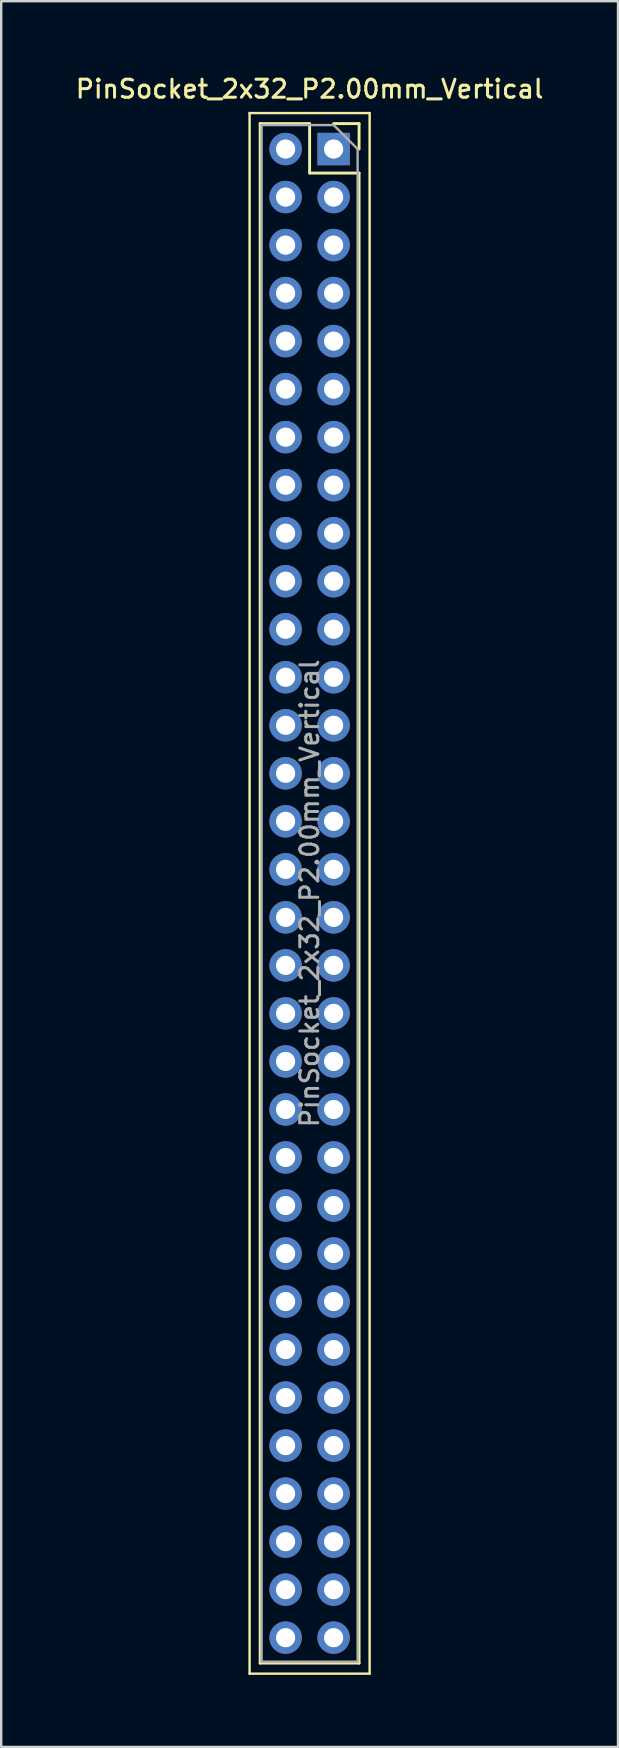
<source format=kicad_pcb>
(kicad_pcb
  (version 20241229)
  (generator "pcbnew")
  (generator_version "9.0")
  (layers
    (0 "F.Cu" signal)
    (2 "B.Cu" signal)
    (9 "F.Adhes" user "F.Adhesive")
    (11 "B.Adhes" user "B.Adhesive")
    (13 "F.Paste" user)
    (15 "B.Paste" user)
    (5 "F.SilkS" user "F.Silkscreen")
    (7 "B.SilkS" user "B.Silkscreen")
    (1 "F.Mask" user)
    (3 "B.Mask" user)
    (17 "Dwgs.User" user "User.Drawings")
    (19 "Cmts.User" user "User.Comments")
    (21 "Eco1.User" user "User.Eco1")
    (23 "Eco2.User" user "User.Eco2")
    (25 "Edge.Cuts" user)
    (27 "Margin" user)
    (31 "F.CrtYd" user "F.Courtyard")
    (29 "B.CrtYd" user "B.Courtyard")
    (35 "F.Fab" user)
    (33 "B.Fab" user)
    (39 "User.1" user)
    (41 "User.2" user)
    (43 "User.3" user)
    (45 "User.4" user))
  (footprint "PinSocket_2x32_P2.00mm_Vertical"
    (layer "F.Cu")
    (at 10.845 3.158)
    (property "Reference" "PinSocket_2x32_P2.00mm_Vertical" (at -1 -2.5 0) (layer "F.SilkS") (effects (font (size 0.75 0.75) (thickness 0.125))))
    (attr through_hole)
    (fp_line (start -3.5 -1.5) (end 1.5 -1.5) (stroke (width 0.1) (type solid)) (layer "F.SilkS"))
    (fp_line (start -3.5 63.5) (end -3.5 -1.5) (stroke (width 0.1) (type solid)) (layer "F.SilkS"))
    (fp_line (start -3.06 -1.06) (end -3.06 63.06) (stroke (width 0.12) (type solid)) (layer "F.SilkS"))
    (fp_line (start -3.06 -1.06) (end -1 -1.06) (stroke (width 0.12) (type solid)) (layer "F.SilkS"))
    (fp_line (start -3.06 63.06) (end 1.06 63.06) (stroke (width 0.12) (type solid)) (layer "F.SilkS"))
    (fp_line (start -1 -1.06) (end -1 1) (stroke (width 0.12) (type solid)) (layer "F.SilkS"))
    (fp_line (start -1 1) (end 1.06 1) (stroke (width 0.12) (type solid)) (layer "F.SilkS"))
    (fp_line (start 0 -1.06) (end 1.06 -1.06) (stroke (width 0.12) (type solid)) (layer "F.SilkS"))
    (fp_line (start 1.06 -1.06) (end 1.06 0) (stroke (width 0.12) (type solid)) (layer "F.SilkS"))
    (fp_line (start 1.06 1) (end 1.06 63.06) (stroke (width 0.12) (type solid)) (layer "F.SilkS"))
    (fp_line (start 1.5 -1.5) (end 1.5 63.5) (stroke (width 0.1) (type solid)) (layer "F.SilkS"))
    (fp_line (start 1.5 63.5) (end -3.5 63.5) (stroke (width 0.1) (type solid)) (layer "F.SilkS"))
    (fp_line (start -3 -1) (end 0 -1) (stroke (width 0.1) (type solid)) (layer "F.Fab"))
    (fp_line (start -3 63) (end -3 -1) (stroke (width 0.1) (type solid)) (layer "F.Fab"))
    (fp_line (start 0 -1) (end 1 0) (stroke (width 0.1) (type solid)) (layer "F.Fab"))
    (fp_line (start 1 0) (end 1 63) (stroke (width 0.1) (type solid)) (layer "F.Fab"))
    (fp_line (start 1 63) (end -3 63) (stroke (width 0.1) (type solid)) (layer "F.Fab"))
    (fp_text user "${REFERENCE}" (at -1 31 90) (layer "F.Fab") (effects (font (size 0.75 0.75) (thickness 0.125))))
    (pad "1" thru_hole rect (at 0 0) (size 1.35 1.35) (drill 0.8) (layers "*.Cu" "*.Mask"))
    (pad "2" thru_hole oval (at -2 0) (size 1.35 1.35) (drill 0.8) (layers "*.Cu" "*.Mask"))
    (pad "3" thru_hole oval (at 0 2) (size 1.35 1.35) (drill 0.8) (layers "*.Cu" "*.Mask"))
    (pad "4" thru_hole oval (at -2 2) (size 1.35 1.35) (drill 0.8) (layers "*.Cu" "*.Mask"))
    (pad "5" thru_hole oval (at 0 4) (size 1.35 1.35) (drill 0.8) (layers "*.Cu" "*.Mask"))
    (pad "6" thru_hole oval (at -2 4) (size 1.35 1.35) (drill 0.8) (layers "*.Cu" "*.Mask"))
    (pad "7" thru_hole oval (at 0 6) (size 1.35 1.35) (drill 0.8) (layers "*.Cu" "*.Mask"))
    (pad "8" thru_hole oval (at -2 6) (size 1.35 1.35) (drill 0.8) (layers "*.Cu" "*.Mask"))
    (pad "9" thru_hole oval (at 0 8) (size 1.35 1.35) (drill 0.8) (layers "*.Cu" "*.Mask"))
    (pad "10" thru_hole oval (at -2 8) (size 1.35 1.35) (drill 0.8) (layers "*.Cu" "*.Mask"))
    (pad "11" thru_hole oval (at 0 10) (size 1.35 1.35) (drill 0.8) (layers "*.Cu" "*.Mask"))
    (pad "12" thru_hole oval (at -2 10) (size 1.35 1.35) (drill 0.8) (layers "*.Cu" "*.Mask"))
    (pad "13" thru_hole oval (at 0 12) (size 1.35 1.35) (drill 0.8) (layers "*.Cu" "*.Mask"))
    (pad "14" thru_hole oval (at -2 12) (size 1.35 1.35) (drill 0.8) (layers "*.Cu" "*.Mask"))
    (pad "15" thru_hole oval (at 0 14) (size 1.35 1.35) (drill 0.8) (layers "*.Cu" "*.Mask"))
    (pad "16" thru_hole oval (at -2 14) (size 1.35 1.35) (drill 0.8) (layers "*.Cu" "*.Mask"))
    (pad "17" thru_hole oval (at 0 16) (size 1.35 1.35) (drill 0.8) (layers "*.Cu" "*.Mask"))
    (pad "18" thru_hole oval (at -2 16) (size 1.35 1.35) (drill 0.8) (layers "*.Cu" "*.Mask"))
    (pad "19" thru_hole oval (at 0 18) (size 1.35 1.35) (drill 0.8) (layers "*.Cu" "*.Mask"))
    (pad "20" thru_hole oval (at -2 18) (size 1.35 1.35) (drill 0.8) (layers "*.Cu" "*.Mask"))
    (pad "21" thru_hole oval (at 0 20) (size 1.35 1.35) (drill 0.8) (layers "*.Cu" "*.Mask"))
    (pad "22" thru_hole oval (at -2 20) (size 1.35 1.35) (drill 0.8) (layers "*.Cu" "*.Mask"))
    (pad "23" thru_hole oval (at 0 22) (size 1.35 1.35) (drill 0.8) (layers "*.Cu" "*.Mask"))
    (pad "24" thru_hole oval (at -2 22) (size 1.35 1.35) (drill 0.8) (layers "*.Cu" "*.Mask"))
    (pad "25" thru_hole oval (at 0 24) (size 1.35 1.35) (drill 0.8) (layers "*.Cu" "*.Mask"))
    (pad "26" thru_hole oval (at -2 24) (size 1.35 1.35) (drill 0.8) (layers "*.Cu" "*.Mask"))
    (pad "27" thru_hole oval (at 0 26) (size 1.35 1.35) (drill 0.8) (layers "*.Cu" "*.Mask"))
    (pad "28" thru_hole oval (at -2 26) (size 1.35 1.35) (drill 0.8) (layers "*.Cu" "*.Mask"))
    (pad "29" thru_hole oval (at 0 28) (size 1.35 1.35) (drill 0.8) (layers "*.Cu" "*.Mask"))
    (pad "30" thru_hole oval (at -2 28) (size 1.35 1.35) (drill 0.8) (layers "*.Cu" "*.Mask"))
    (pad "31" thru_hole oval (at 0 30) (size 1.35 1.35) (drill 0.8) (layers "*.Cu" "*.Mask"))
    (pad "32" thru_hole oval (at -2 30) (size 1.35 1.35) (drill 0.8) (layers "*.Cu" "*.Mask"))
    (pad "33" thru_hole oval (at 0 32) (size 1.35 1.35) (drill 0.8) (layers "*.Cu" "*.Mask"))
    (pad "34" thru_hole oval (at -2 32) (size 1.35 1.35) (drill 0.8) (layers "*.Cu" "*.Mask"))
    (pad "35" thru_hole oval (at 0 34) (size 1.35 1.35) (drill 0.8) (layers "*.Cu" "*.Mask"))
    (pad "36" thru_hole oval (at -2 34) (size 1.35 1.35) (drill 0.8) (layers "*.Cu" "*.Mask"))
    (pad "37" thru_hole oval (at 0 36) (size 1.35 1.35) (drill 0.8) (layers "*.Cu" "*.Mask"))
    (pad "38" thru_hole oval (at -2 36) (size 1.35 1.35) (drill 0.8) (layers "*.Cu" "*.Mask"))
    (pad "39" thru_hole oval (at 0 38) (size 1.35 1.35) (drill 0.8) (layers "*.Cu" "*.Mask"))
    (pad "40" thru_hole oval (at -2 38) (size 1.35 1.35) (drill 0.8) (layers "*.Cu" "*.Mask"))
    (pad "41" thru_hole oval (at 0 40) (size 1.35 1.35) (drill 0.8) (layers "*.Cu" "*.Mask"))
    (pad "42" thru_hole oval (at -2 40) (size 1.35 1.35) (drill 0.8) (layers "*.Cu" "*.Mask"))
    (pad "43" thru_hole oval (at 0 42) (size 1.35 1.35) (drill 0.8) (layers "*.Cu" "*.Mask"))
    (pad "44" thru_hole oval (at -2 42) (size 1.35 1.35) (drill 0.8) (layers "*.Cu" "*.Mask"))
    (pad "45" thru_hole oval (at 0 44) (size 1.35 1.35) (drill 0.8) (layers "*.Cu" "*.Mask"))
    (pad "46" thru_hole oval (at -2 44) (size 1.35 1.35) (drill 0.8) (layers "*.Cu" "*.Mask"))
    (pad "47" thru_hole oval (at 0 46) (size 1.35 1.35) (drill 0.8) (layers "*.Cu" "*.Mask"))
    (pad "48" thru_hole oval (at -2 46) (size 1.35 1.35) (drill 0.8) (layers "*.Cu" "*.Mask"))
    (pad "49" thru_hole oval (at 0 48) (size 1.35 1.35) (drill 0.8) (layers "*.Cu" "*.Mask"))
    (pad "50" thru_hole oval (at -2 48) (size 1.35 1.35) (drill 0.8) (layers "*.Cu" "*.Mask"))
    (pad "51" thru_hole oval (at 0 50) (size 1.35 1.35) (drill 0.8) (layers "*.Cu" "*.Mask"))
    (pad "52" thru_hole oval (at -2 50) (size 1.35 1.35) (drill 0.8) (layers "*.Cu" "*.Mask"))
    (pad "53" thru_hole oval (at 0 52) (size 1.35 1.35) (drill 0.8) (layers "*.Cu" "*.Mask"))
    (pad "54" thru_hole oval (at -2 52) (size 1.35 1.35) (drill 0.8) (layers "*.Cu" "*.Mask"))
    (pad "55" thru_hole oval (at 0 54) (size 1.35 1.35) (drill 0.8) (layers "*.Cu" "*.Mask"))
    (pad "56" thru_hole oval (at -2 54) (size 1.35 1.35) (drill 0.8) (layers "*.Cu" "*.Mask"))
    (pad "57" thru_hole oval (at 0 56) (size 1.35 1.35) (drill 0.8) (layers "*.Cu" "*.Mask"))
    (pad "58" thru_hole oval (at -2 56) (size 1.35 1.35) (drill 0.8) (layers "*.Cu" "*.Mask"))
    (pad "59" thru_hole oval (at 0 58) (size 1.35 1.35) (drill 0.8) (layers "*.Cu" "*.Mask"))
    (pad "60" thru_hole oval (at -2 58) (size 1.35 1.35) (drill 0.8) (layers "*.Cu" "*.Mask"))
    (pad "61" thru_hole oval (at 0 60) (size 1.35 1.35) (drill 0.8) (layers "*.Cu" "*.Mask"))
    (pad "62" thru_hole oval (at -2 60) (size 1.35 1.35) (drill 0.8) (layers "*.Cu" "*.Mask"))
    (pad "63" thru_hole oval (at 0 62) (size 1.35 1.35) (drill 0.8) (layers "*.Cu" "*.Mask"))
    (pad "64" thru_hole oval (at -2 62) (size 1.35 1.35) (drill 0.8) (layers "*.Cu" "*.Mask")))
  (gr_rect
    (start -3 -3)
    (end 22.689 69.708)
    (stroke (width 0.1) (type default))
    (fill no)
    (layer "Edge.Cuts")))
</source>
